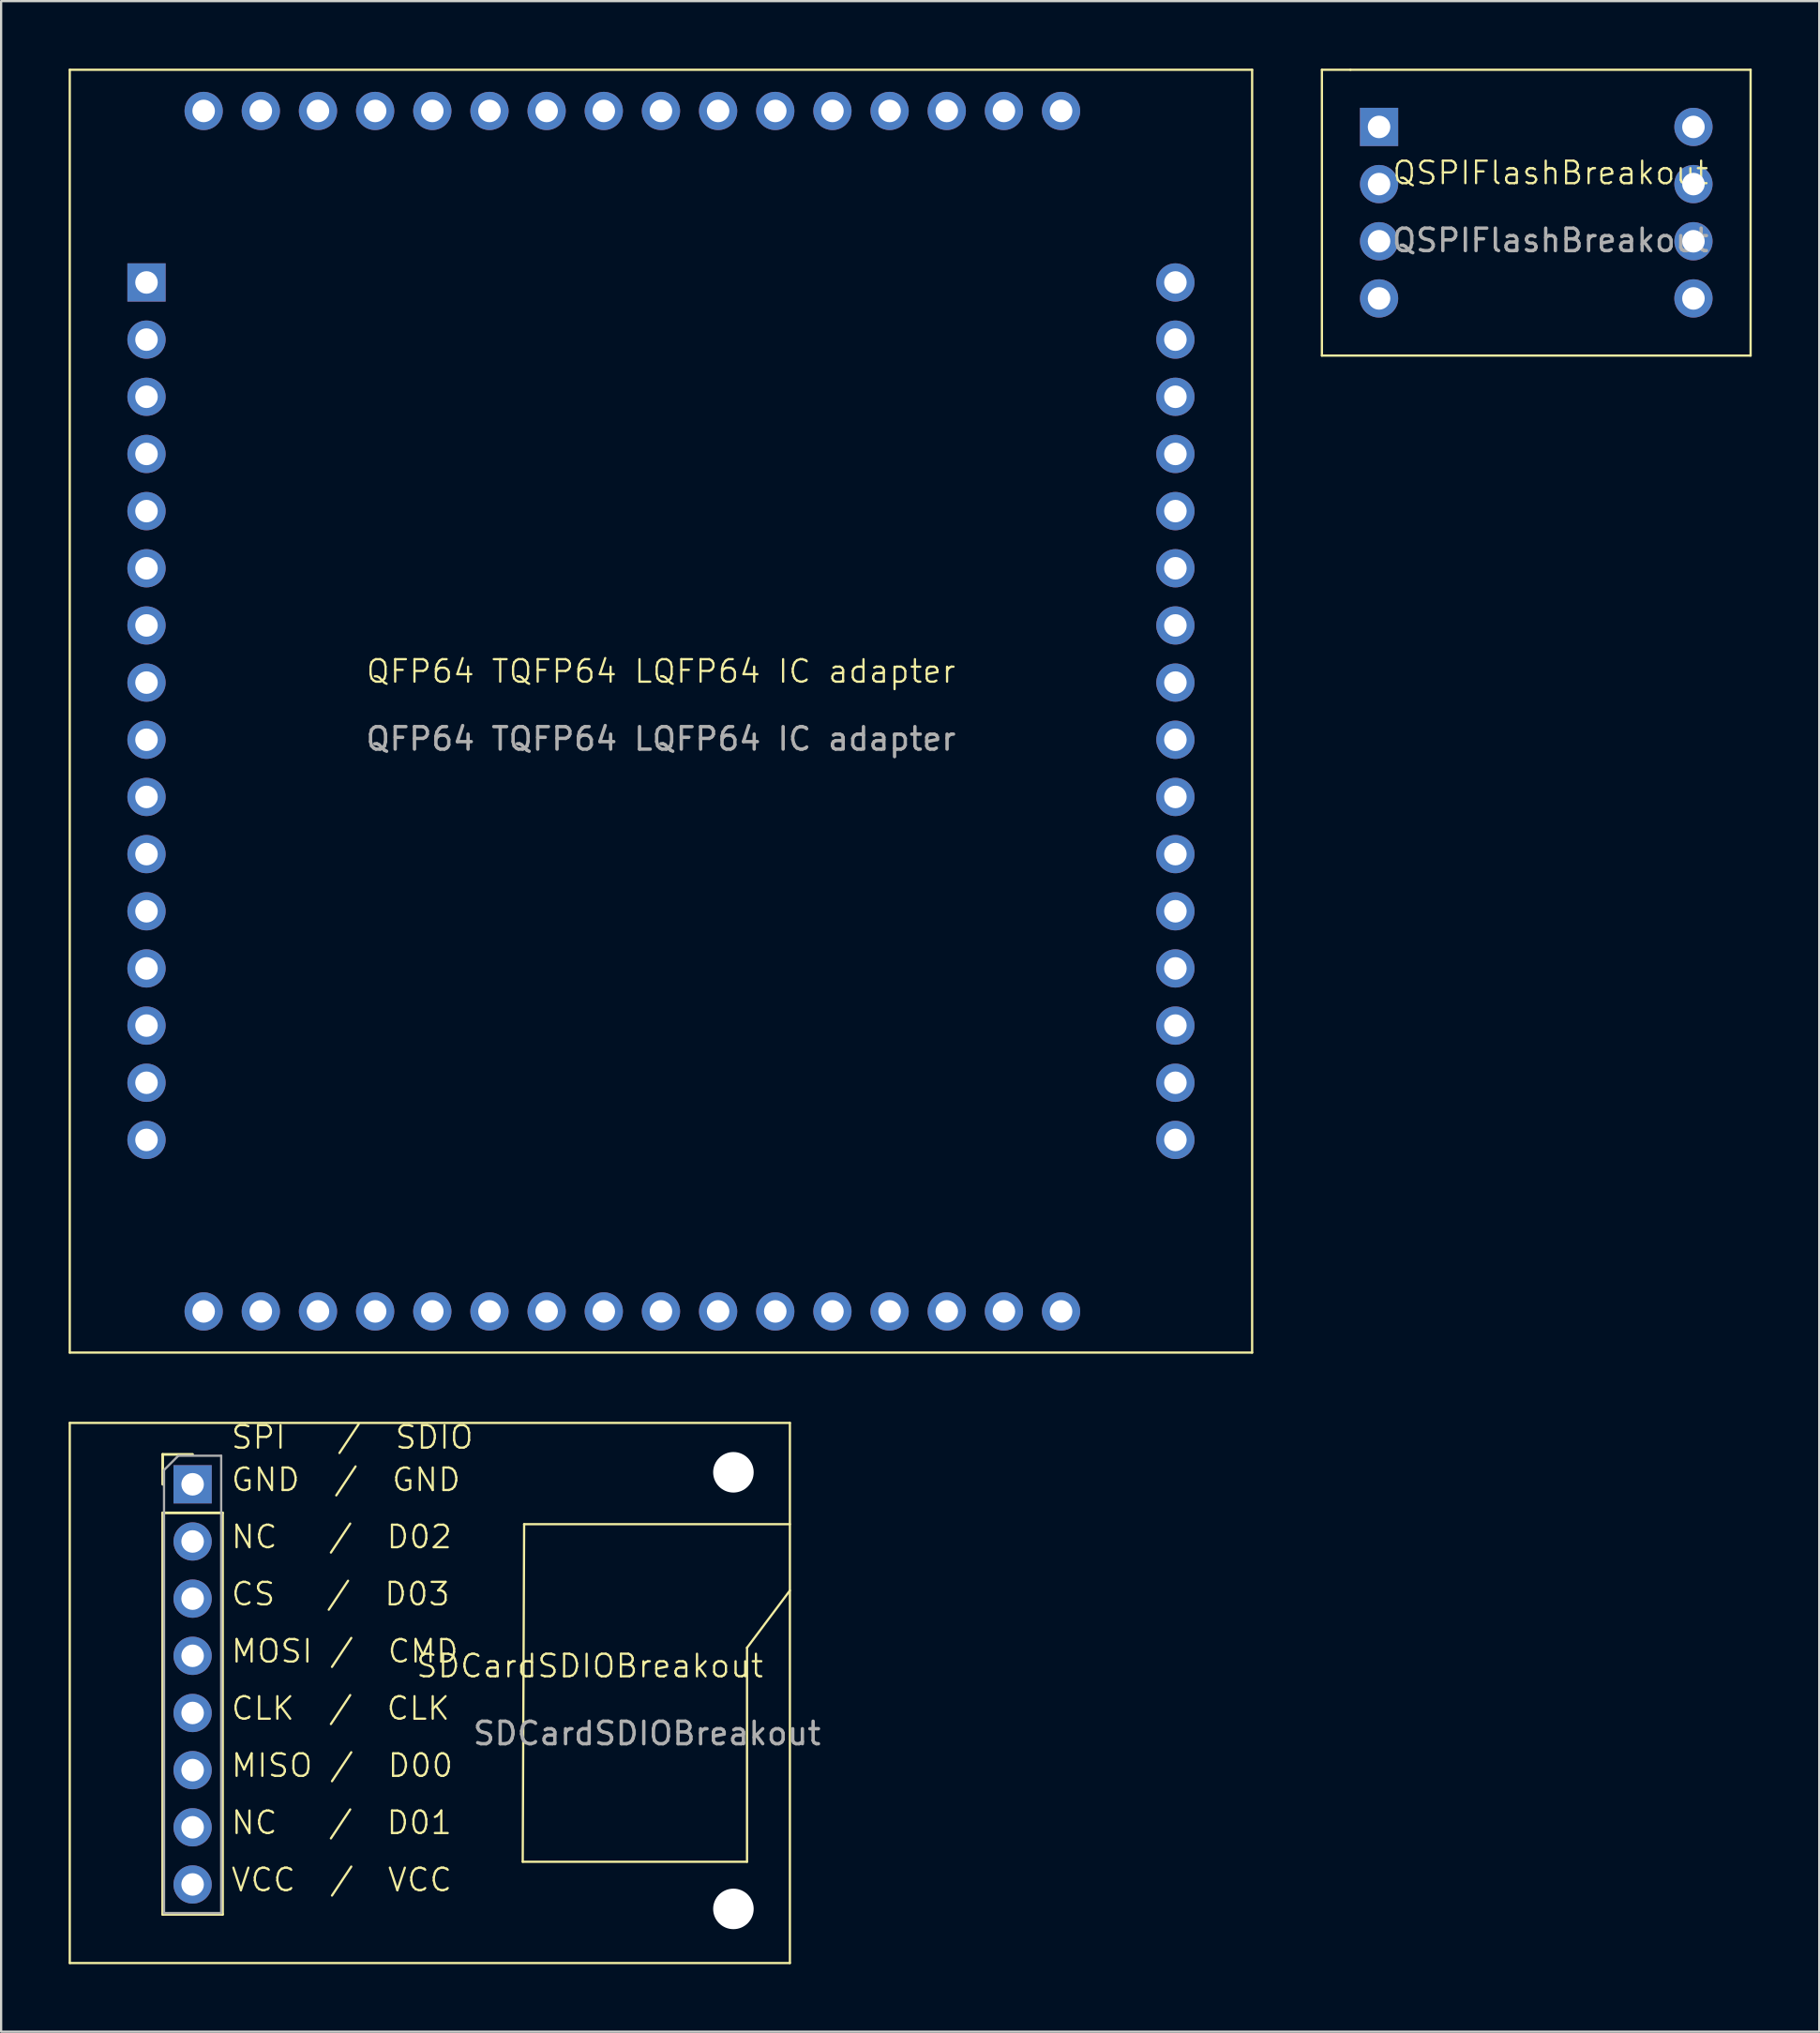
<source format=kicad_pcb>
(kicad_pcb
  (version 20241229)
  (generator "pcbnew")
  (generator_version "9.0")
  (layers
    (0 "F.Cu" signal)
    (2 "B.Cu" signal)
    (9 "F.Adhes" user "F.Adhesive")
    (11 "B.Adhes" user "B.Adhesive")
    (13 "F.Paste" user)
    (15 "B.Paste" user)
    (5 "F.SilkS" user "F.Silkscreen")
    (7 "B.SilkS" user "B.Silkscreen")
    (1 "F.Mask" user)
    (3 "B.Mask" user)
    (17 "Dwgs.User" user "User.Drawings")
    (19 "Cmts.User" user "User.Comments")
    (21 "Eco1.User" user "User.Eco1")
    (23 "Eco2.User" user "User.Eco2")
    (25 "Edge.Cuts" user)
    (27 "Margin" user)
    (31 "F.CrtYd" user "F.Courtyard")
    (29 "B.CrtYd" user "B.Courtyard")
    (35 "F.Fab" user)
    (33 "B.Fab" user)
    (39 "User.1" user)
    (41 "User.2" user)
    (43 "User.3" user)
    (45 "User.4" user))
  (footprint "SDCardSDIOBreakout"
    (layer "F.Cu")
    (at 15.54 72.068)
    (property "Reference" "SDCardSDIOBreakout" (at 7.62 -1.095 0) (unlocked yes) (layer "F.SilkS") (effects (font (size 1 1) (thickness 0.1))))
    (attr through_hole)
    (fp_line (start -15.49 -11.895) (end -15.49 12.105) (stroke (width 0.1) (type default)) (layer "F.SilkS"))
    (fp_line (start -11.361 -10.496) (end -10.031 -10.496) (stroke (width 0.12) (type solid)) (layer "F.SilkS"))
    (fp_line (start -11.361 -9.166) (end -11.361 -10.496) (stroke (width 0.12) (type solid)) (layer "F.SilkS"))
    (fp_line (start -11.361 -7.896) (end -11.361 9.944) (stroke (width 0.12) (type solid)) (layer "F.SilkS"))
    (fp_line (start -11.361 -7.896) (end -8.701 -7.896) (stroke (width 0.12) (type solid)) (layer "F.SilkS"))
    (fp_line (start -11.361 9.944) (end -8.701 9.944) (stroke (width 0.12) (type solid)) (layer "F.SilkS"))
    (fp_line (start -8.701 -7.896) (end -8.701 9.944) (stroke (width 0.12) (type solid)) (layer "F.SilkS"))
    (fp_line (start 4.638 7.605) (end 4.701 -7.395) (stroke (width 0.1) (type default)) (layer "F.SilkS"))
    (fp_line (start 4.638 7.605) (end 14.605 7.605) (stroke (width 0.1) (type default)) (layer "F.SilkS"))
    (fp_line (start 4.701 -7.395) (end 16.512 -7.395) (stroke (width 0.1) (type default)) (layer "F.SilkS"))
    (fp_line (start 14.605 -1.905) (end 16.51 -4.445) (stroke (width 0.1) (type default)) (layer "F.SilkS"))
    (fp_line (start 14.605 7.605) (end 14.605 -1.905) (stroke (width 0.1) (type default)) (layer "F.SilkS"))
    (fp_line (start 16.51 -11.895) (end -15.49 -11.895) (stroke (width 0.1) (type default)) (layer "F.SilkS"))
    (fp_line (start 16.51 -11.895) (end 16.51 12.105) (stroke (width 0.1) (type default)) (layer "F.SilkS"))
    (fp_line (start 16.51 12.105) (end -15.49 12.105) (stroke (width 0.1) (type default)) (layer "F.SilkS"))
    (fp_line (start -11.301 -9.801) (end -10.666 -10.436) (stroke (width 0.1) (type solid)) (layer "F.Fab"))
    (fp_line (start -11.301 9.884) (end -11.301 -9.801) (stroke (width 0.1) (type solid)) (layer "F.Fab"))
    (fp_line (start -10.666 -10.436) (end -8.761 -10.436) (stroke (width 0.1) (type solid)) (layer "F.Fab"))
    (fp_line (start -8.761 -10.436) (end -8.761 9.884) (stroke (width 0.1) (type solid)) (layer "F.Fab"))
    (fp_line (start -8.761 9.884) (end -11.301 9.884) (stroke (width 0.1) (type solid)) (layer "F.Fab"))
    (fp_text user "GND  /  GND" (at -8.38 -8.785 0) (unlocked yes) (layer "F.SilkS") (effects (font (size 1 1) (thickness 0.1)) (justify left bottom)))
    (fp_text user "MISO /  D00" (at -8.38 3.915 0) (unlocked yes) (layer "F.SilkS") (effects (font (size 1 1) (thickness 0.1)) (justify left bottom)))
    (fp_text user "CLK  /  CLK" (at -8.38 1.375 0) (unlocked yes) (layer "F.SilkS") (effects (font (size 1 1) (thickness 0.1)) (justify left bottom)))
    (fp_text user "MOSI /  CMD" (at -8.38 -1.165 0) (unlocked yes) (layer "F.SilkS") (effects (font (size 1 1) (thickness 0.1)) (justify left bottom)))
    (fp_text user "SPI   /  SDIO" (at -8.382 -10.668 0) (unlocked yes) (layer "F.SilkS") (effects (font (size 1 1) (thickness 0.1)) (justify left bottom)))
    (fp_text user "NC   /  D02" (at -8.38 -6.245 0) (unlocked yes) (layer "F.SilkS") (effects (font (size 1 1) (thickness 0.1)) (justify left bottom)))
    (fp_text user "NC   /  D01" (at -8.38 6.455 0) (unlocked yes) (layer "F.SilkS") (effects (font (size 1 1) (thickness 0.1)) (justify left bottom)))
    (fp_text user "CS   /  D03" (at -8.38 -3.705 0) (unlocked yes) (layer "F.SilkS") (effects (font (size 1 1) (thickness 0.1)) (justify left bottom)))
    (fp_text user "VCC  /  VCC" (at -8.38 8.995 0) (unlocked yes) (layer "F.SilkS") (effects (font (size 1 1) (thickness 0.1)) (justify left bottom)))
    (fp_text user "${REFERENCE}" (at 10.16 1.905 0) (unlocked yes) (layer "F.Fab") (effects (font (size 1 1) (thickness 0.15))))
    (pad "" np_thru_hole circle (at 14 -9.7) (size 1.8 1.8) (drill 1.8) (layers "*.Cu" "*.Mask"))
    (pad "" np_thru_hole circle (at 14 9.7) (size 1.8 1.8) (drill 1.8) (layers "*.Cu" "*.Mask"))
    (pad "1" thru_hole oval (at -10.031 -6.626) (size 1.7 1.7) (drill 1) (layers "*.Cu" "*.Mask"))
    (pad "2" thru_hole oval (at -10.031 -4.086) (size 1.7 1.7) (drill 1) (layers "*.Cu" "*.Mask"))
    (pad "3" thru_hole oval (at -10.031 -1.546) (size 1.7 1.7) (drill 1) (layers "*.Cu" "*.Mask"))
    (pad "4" thru_hole oval (at -10.031 8.614) (size 1.7 1.7) (drill 1) (layers "*.Cu" "*.Mask"))
    (pad "5" thru_hole oval (at -10.031 0.994) (size 1.7 1.7) (drill 1) (layers "*.Cu" "*.Mask"))
    (pad "6" thru_hole rect (at -10.031 -9.166) (size 1.7 1.7) (drill 1) (layers "*.Cu" "*.Mask"))
    (pad "7" thru_hole oval (at -10.031 3.534) (size 1.7 1.7) (drill 1) (layers "*.Cu" "*.Mask"))
    (pad "8" thru_hole oval (at -10.031 6.074) (size 1.7 1.7) (drill 1) (layers "*.Cu" "*.Mask")))
  (footprint "QSPIFlashBreakout"
    (layer "F.Cu")
    (at 65.85 5.13)
    (property "Reference" "QSPIFlashBreakout" (at 0 -0.5 0) (unlocked yes) (layer "F.SilkS") (effects (font (size 1 1) (thickness 0.1))))
    (attr through_hole)
    (fp_line (start -10.16 -5.08) (end -8.89 -5.08) (stroke (width 0.1) (type default)) (layer "F.SilkS"))
    (fp_line (start -10.16 7.62) (end -10.16 -5.08) (stroke (width 0.1) (type default)) (layer "F.SilkS"))
    (fp_line (start -8.89 -5.08) (end 8.89 -5.08) (stroke (width 0.1) (type default)) (layer "F.SilkS"))
    (fp_line (start 8.89 -5.08) (end 8.89 7.62) (stroke (width 0.1) (type default)) (layer "F.SilkS"))
    (fp_line (start 8.89 7.62) (end -10.16 7.62) (stroke (width 0.1) (type default)) (layer "F.SilkS"))
    (fp_text user "${REFERENCE}" (at 0 2.5 0) (unlocked yes) (layer "F.Fab") (effects (font (size 1 1) (thickness 0.15))))
    (pad "1" thru_hole rect (at -7.62 -2.54 180) (size 1.7 1.7) (drill 1) (layers "*.Cu" "*.Mask"))
    (pad "2" thru_hole oval (at -7.62 0 180) (size 1.7 1.7) (drill 1) (layers "*.Cu" "*.Mask"))
    (pad "3" thru_hole oval (at -7.62 2.54 180) (size 1.7 1.7) (drill 1) (layers "*.Cu" "*.Mask"))
    (pad "4" thru_hole oval (at -7.62 5.08 180) (size 1.7 1.7) (drill 1) (layers "*.Cu" "*.Mask"))
    (pad "5" thru_hole circle (at 6.35 5.08) (size 1.7 1.7) (drill 1) (layers "*.Cu" "*.Mask"))
    (pad "6" thru_hole oval (at 6.35 2.54) (size 1.7 1.7) (drill 1) (layers "*.Cu" "*.Mask"))
    (pad "7" thru_hole oval (at 6.35 0) (size 1.7 1.7) (drill 1) (layers "*.Cu" "*.Mask"))
    (pad "8" thru_hole oval (at 6.35 -2.54) (size 1.7 1.7) (drill 1) (layers "*.Cu" "*.Mask")))
  (footprint "QFP64 TQFP64 LQFP64 IC adapter"
    (layer "F.Cu")
    (at 25.05 28.55)
    (property "Reference" "QFP64 TQFP64 LQFP64 IC adapter" (at 1.27 -1.77 0) (unlocked yes) (layer "F.SilkS") (effects (font (size 1 1) (thickness 0.1))))
    (attr through_hole)
    (fp_line (start -25 -28.5) (end -25 28.5) (stroke (width 0.1) (type default)) (layer "F.SilkS"))
    (fp_line (start -25 -28.5) (end 27.54 -28.5) (stroke (width 0.1) (type default)) (layer "F.SilkS"))
    (fp_line (start -25 28.5) (end 27.54 28.5) (stroke (width 0.1) (type default)) (layer "F.SilkS"))
    (fp_line (start 27.54 28.5) (end 27.54 -28.5) (stroke (width 0.1) (type default)) (layer "F.SilkS"))
    (fp_text user "${REFERENCE}" (at 1.27 1.23 0) (unlocked yes) (layer "F.Fab") (effects (font (size 1 1) (thickness 0.15))))
    (pad "1" thru_hole rect (at -21.59 -19.05) (size 1.7 1.7) (drill 1) (layers "*.Cu" "*.Mask"))
    (pad "2" thru_hole circle (at -21.59 -16.51) (size 1.7 1.7) (drill 1) (layers "*.Cu" "*.Mask"))
    (pad "3" thru_hole circle (at -21.59 -13.97) (size 1.7 1.7) (drill 1) (layers "*.Cu" "*.Mask"))
    (pad "4" thru_hole circle (at -21.59 -11.43) (size 1.7 1.7) (drill 1) (layers "*.Cu" "*.Mask"))
    (pad "5" thru_hole circle (at -21.59 -8.89) (size 1.7 1.7) (drill 1) (layers "*.Cu" "*.Mask"))
    (pad "6" thru_hole circle (at -21.59 -6.35) (size 1.7 1.7) (drill 1) (layers "*.Cu" "*.Mask"))
    (pad "7" thru_hole circle (at -21.59 -3.81) (size 1.7 1.7) (drill 1) (layers "*.Cu" "*.Mask"))
    (pad "8" thru_hole circle (at -21.59 -1.27) (size 1.7 1.7) (drill 1) (layers "*.Cu" "*.Mask"))
    (pad "9" thru_hole circle (at -21.59 1.27) (size 1.7 1.7) (drill 1) (layers "*.Cu" "*.Mask"))
    (pad "10" thru_hole circle (at -21.59 3.81) (size 1.7 1.7) (drill 1) (layers "*.Cu" "*.Mask"))
    (pad "11" thru_hole circle (at -21.59 6.35) (size 1.7 1.7) (drill 1) (layers "*.Cu" "*.Mask"))
    (pad "12" thru_hole circle (at -21.59 8.89) (size 1.7 1.7) (drill 1) (layers "*.Cu" "*.Mask"))
    (pad "13" thru_hole circle (at -21.59 11.43) (size 1.7 1.7) (drill 1) (layers "*.Cu" "*.Mask"))
    (pad "14" thru_hole circle (at -21.59 13.97) (size 1.7 1.7) (drill 1) (layers "*.Cu" "*.Mask"))
    (pad "15" thru_hole circle (at -21.59 16.51) (size 1.7 1.7) (drill 1) (layers "*.Cu" "*.Mask"))
    (pad "16" thru_hole circle (at -21.59 19.05) (size 1.7 1.7) (drill 1) (layers "*.Cu" "*.Mask"))
    (pad "17" thru_hole circle (at -19.05 26.67) (size 1.7 1.7) (drill 1) (layers "*.Cu" "*.Mask"))
    (pad "18" thru_hole circle (at -16.51 26.67) (size 1.7 1.7) (drill 1) (layers "*.Cu" "*.Mask"))
    (pad "19" thru_hole circle (at -13.97 26.67) (size 1.7 1.7) (drill 1) (layers "*.Cu" "*.Mask"))
    (pad "20" thru_hole circle (at -11.43 26.67) (size 1.7 1.7) (drill 1) (layers "*.Cu" "*.Mask"))
    (pad "21" thru_hole circle (at -8.89 26.67) (size 1.7 1.7) (drill 1) (layers "*.Cu" "*.Mask"))
    (pad "22" thru_hole circle (at -6.35 26.67) (size 1.7 1.7) (drill 1) (layers "*.Cu" "*.Mask"))
    (pad "23" thru_hole circle (at -3.81 26.67) (size 1.7 1.7) (drill 1) (layers "*.Cu" "*.Mask"))
    (pad "24" thru_hole circle (at -1.27 26.67) (size 1.7 1.7) (drill 1) (layers "*.Cu" "*.Mask"))
    (pad "25" thru_hole circle (at 1.27 26.67) (size 1.7 1.7) (drill 1) (layers "*.Cu" "*.Mask"))
    (pad "26" thru_hole circle (at 3.81 26.67) (size 1.7 1.7) (drill 1) (layers "*.Cu" "*.Mask"))
    (pad "27" thru_hole circle (at 6.35 26.67) (size 1.7 1.7) (drill 1) (layers "*.Cu" "*.Mask"))
    (pad "28" thru_hole circle (at 8.89 26.67) (size 1.7 1.7) (drill 1) (layers "*.Cu" "*.Mask"))
    (pad "29" thru_hole circle (at 11.43 26.67) (size 1.7 1.7) (drill 1) (layers "*.Cu" "*.Mask"))
    (pad "30" thru_hole circle (at 13.97 26.67) (size 1.7 1.7) (drill 1) (layers "*.Cu" "*.Mask"))
    (pad "31" thru_hole circle (at 16.51 26.67) (size 1.7 1.7) (drill 1) (layers "*.Cu" "*.Mask"))
    (pad "32" thru_hole circle (at 19.05 26.67) (size 1.7 1.7) (drill 1) (layers "*.Cu" "*.Mask"))
    (pad "33" thru_hole circle (at 24.13 19.05) (size 1.7 1.7) (drill 1) (layers "*.Cu" "*.Mask"))
    (pad "34" thru_hole circle (at 24.13 16.51) (size 1.7 1.7) (drill 1) (layers "*.Cu" "*.Mask"))
    (pad "35" thru_hole circle (at 24.13 13.97) (size 1.7 1.7) (drill 1) (layers "*.Cu" "*.Mask"))
    (pad "36" thru_hole circle (at 24.13 11.43) (size 1.7 1.7) (drill 1) (layers "*.Cu" "*.Mask"))
    (pad "37" thru_hole circle (at 24.13 8.89) (size 1.7 1.7) (drill 1) (layers "*.Cu" "*.Mask"))
    (pad "38" thru_hole circle (at 24.13 6.35) (size 1.7 1.7) (drill 1) (layers "*.Cu" "*.Mask"))
    (pad "39" thru_hole circle (at 24.13 3.81) (size 1.7 1.7) (drill 1) (layers "*.Cu" "*.Mask"))
    (pad "40" thru_hole circle (at 24.13 1.27) (size 1.7 1.7) (drill 1) (layers "*.Cu" "*.Mask"))
    (pad "41" thru_hole circle (at 24.13 -1.27) (size 1.7 1.7) (drill 1) (layers "*.Cu" "*.Mask"))
    (pad "42" thru_hole circle (at 24.13 -3.81) (size 1.7 1.7) (drill 1) (layers "*.Cu" "*.Mask"))
    (pad "43" thru_hole circle (at 24.13 -6.35) (size 1.7 1.7) (drill 1) (layers "*.Cu" "*.Mask"))
    (pad "44" thru_hole circle (at 24.13 -8.89) (size 1.7 1.7) (drill 1) (layers "*.Cu" "*.Mask"))
    (pad "45" thru_hole circle (at 24.13 -11.43) (size 1.7 1.7) (drill 1) (layers "*.Cu" "*.Mask"))
    (pad "46" thru_hole circle (at 24.13 -13.97) (size 1.7 1.7) (drill 1) (layers "*.Cu" "*.Mask"))
    (pad "47" thru_hole circle (at 24.13 -16.51) (size 1.7 1.7) (drill 1) (layers "*.Cu" "*.Mask"))
    (pad "48" thru_hole circle (at 24.13 -19.05) (size 1.7 1.7) (drill 1) (layers "*.Cu" "*.Mask"))
    (pad "49" thru_hole circle (at 19.05 -26.67) (size 1.7 1.7) (drill 1) (layers "*.Cu" "*.Mask"))
    (pad "50" thru_hole circle (at 16.51 -26.67) (size 1.7 1.7) (drill 1) (layers "*.Cu" "*.Mask"))
    (pad "51" thru_hole circle (at 13.97 -26.67) (size 1.7 1.7) (drill 1) (layers "*.Cu" "*.Mask"))
    (pad "52" thru_hole circle (at 11.43 -26.67) (size 1.7 1.7) (drill 1) (layers "*.Cu" "*.Mask"))
    (pad "53" thru_hole circle (at 8.89 -26.67) (size 1.7 1.7) (drill 1) (layers "*.Cu" "*.Mask"))
    (pad "54" thru_hole circle (at 6.35 -26.67) (size 1.7 1.7) (drill 1) (layers "*.Cu" "*.Mask"))
    (pad "55" thru_hole circle (at 3.81 -26.67) (size 1.7 1.7) (drill 1) (layers "*.Cu" "*.Mask"))
    (pad "56" thru_hole circle (at 1.27 -26.67) (size 1.7 1.7) (drill 1) (layers "*.Cu" "*.Mask"))
    (pad "57" thru_hole circle (at -1.27 -26.67) (size 1.7 1.7) (drill 1) (layers "*.Cu" "*.Mask"))
    (pad "58" thru_hole circle (at -3.81 -26.67) (size 1.7 1.7) (drill 1) (layers "*.Cu" "*.Mask"))
    (pad "59" thru_hole circle (at -6.35 -26.67) (size 1.7 1.7) (drill 1) (layers "*.Cu" "*.Mask"))
    (pad "60" thru_hole circle (at -8.89 -26.67) (size 1.7 1.7) (drill 1) (layers "*.Cu" "*.Mask"))
    (pad "61" thru_hole circle (at -11.43 -26.67) (size 1.7 1.7) (drill 1) (layers "*.Cu" "*.Mask"))
    (pad "62" thru_hole circle (at -13.97 -26.67) (size 1.7 1.7) (drill 1) (layers "*.Cu" "*.Mask"))
    (pad "63" thru_hole circle (at -16.51 -26.67) (size 1.7 1.7) (drill 1) (layers "*.Cu" "*.Mask"))
    (pad "64" thru_hole circle (at -19.05 -26.67) (size 1.7 1.7) (drill 1) (layers "*.Cu" "*.Mask")))
  (gr_rect
    (start -3 -3)
    (end 77.79 87.223)
    (stroke (width 0.1) (type default))
    (fill no)
    (layer "Edge.Cuts")))
</source>
